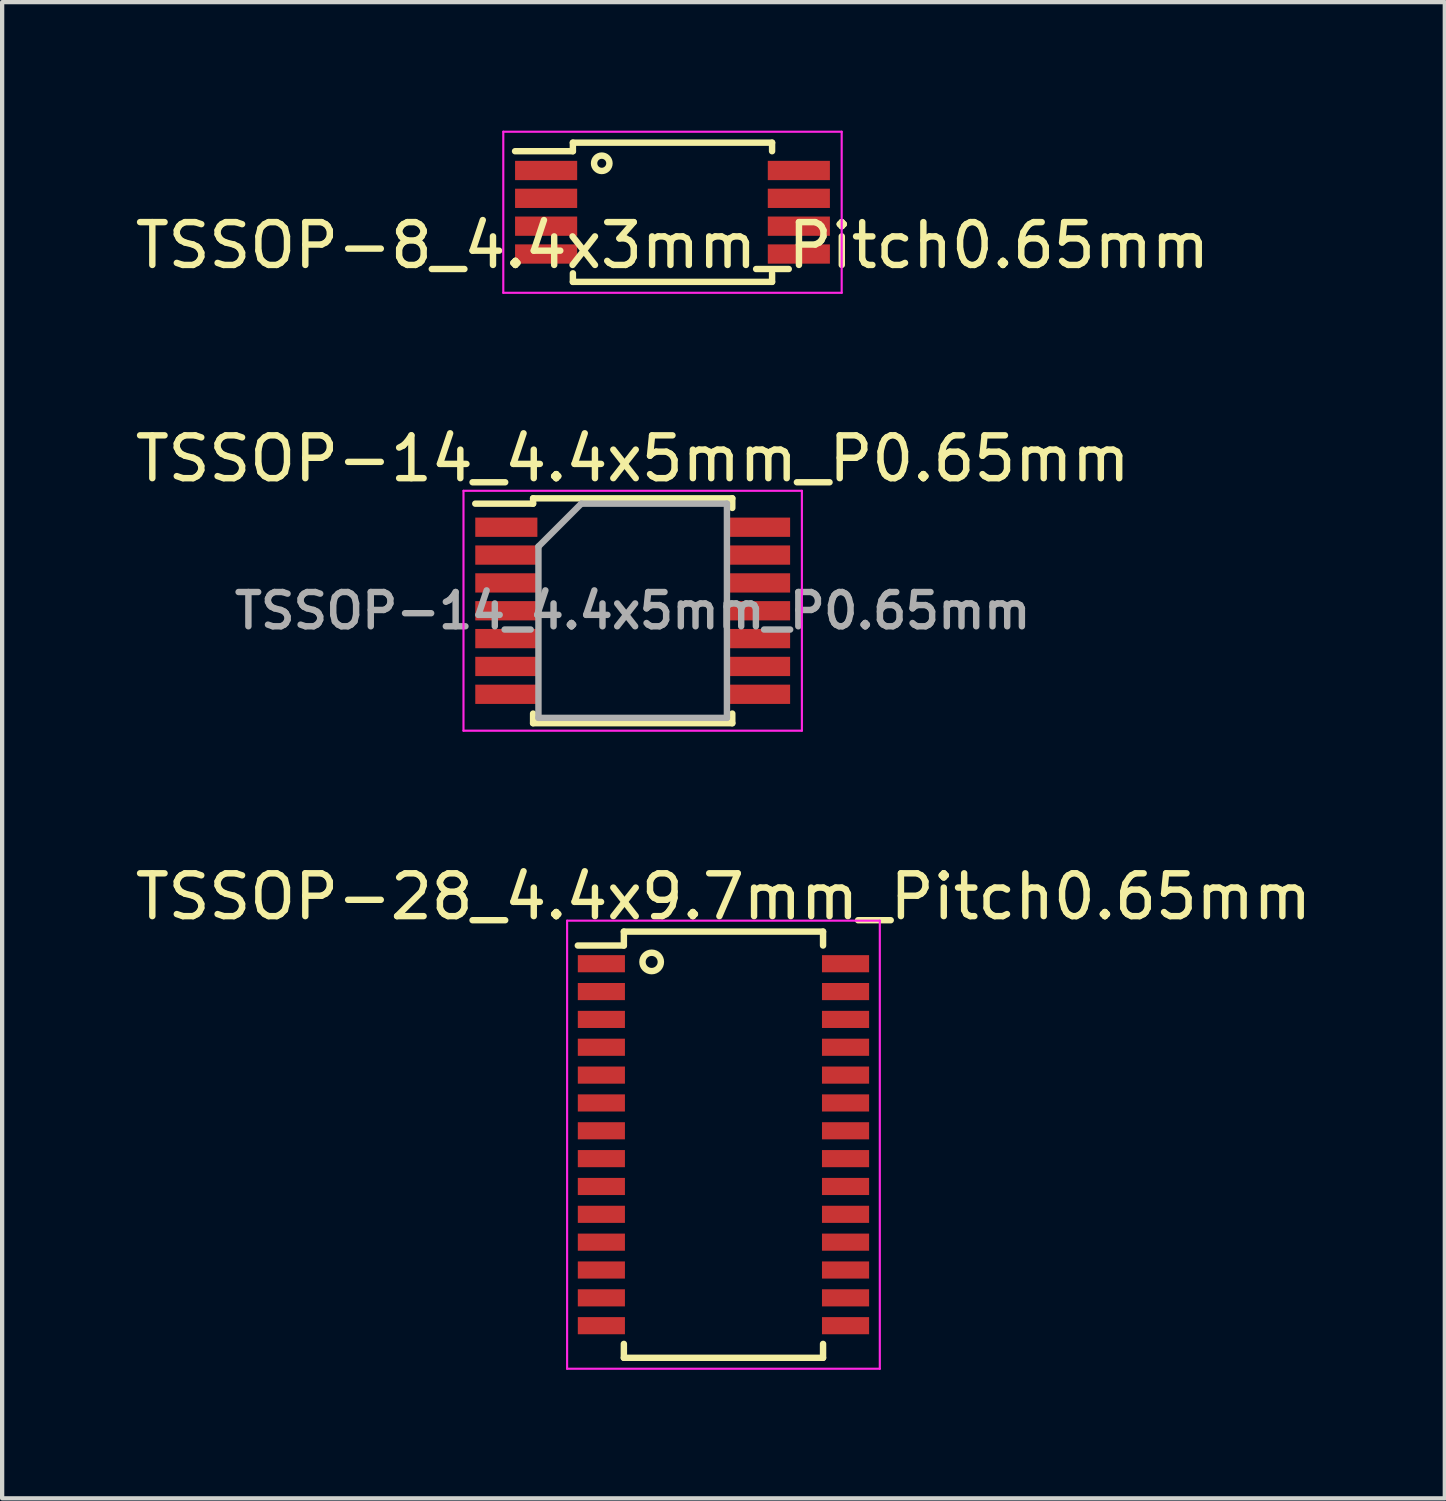
<source format=kicad_pcb>
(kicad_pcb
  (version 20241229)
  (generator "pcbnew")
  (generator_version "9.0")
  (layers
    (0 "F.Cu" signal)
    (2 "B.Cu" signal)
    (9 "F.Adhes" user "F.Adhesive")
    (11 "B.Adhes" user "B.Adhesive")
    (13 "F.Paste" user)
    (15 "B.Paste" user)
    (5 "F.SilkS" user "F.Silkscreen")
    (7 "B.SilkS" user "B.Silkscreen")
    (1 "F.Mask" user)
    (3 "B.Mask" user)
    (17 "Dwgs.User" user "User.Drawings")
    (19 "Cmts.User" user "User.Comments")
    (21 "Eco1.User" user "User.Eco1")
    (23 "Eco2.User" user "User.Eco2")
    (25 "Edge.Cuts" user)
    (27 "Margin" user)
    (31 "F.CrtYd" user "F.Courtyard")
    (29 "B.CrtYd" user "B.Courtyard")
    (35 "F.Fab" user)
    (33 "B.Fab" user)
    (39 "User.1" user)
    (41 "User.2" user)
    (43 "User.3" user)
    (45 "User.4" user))
  (footprint "TSSOP-8_4.4x3mm_Pitch0.65mm"
    (layer "F.Cu")
    (at 12.649 1.905)
    (property "Reference" "TSSOP-8_4.4x3mm_Pitch0.65mm" (at 0 0.775 0) (layer "F.SilkS") (effects (font (size 1 1) (thickness 0.15))))
    (attr smd)
    (fp_line (start -2.325 -1.625) (end -2.325 -1.425) (stroke (width 0.15) (type solid)) (layer "F.SilkS"))
    (fp_line (start -2.325 -1.625) (end 2.325 -1.625) (stroke (width 0.15) (type solid)) (layer "F.SilkS"))
    (fp_line (start -2.325 -1.425) (end -3.675 -1.425) (stroke (width 0.15) (type solid)) (layer "F.SilkS"))
    (fp_line (start -2.325 1.625) (end -2.325 1.425) (stroke (width 0.15) (type solid)) (layer "F.SilkS"))
    (fp_line (start -2.325 1.625) (end 2.325 1.625) (stroke (width 0.15) (type solid)) (layer "F.SilkS"))
    (fp_line (start 2.325 -1.625) (end 2.325 -1.425) (stroke (width 0.15) (type solid)) (layer "F.SilkS"))
    (fp_line (start 2.325 1.625) (end 2.325 1.425) (stroke (width 0.15) (type solid)) (layer "F.SilkS"))
    (fp_circle (center -1.651 -1.143) (end -1.524 -1.016) (stroke (width 0.15) (type solid)) (fill no) (layer "F.SilkS"))
    (fp_line (start -3.95 -1.88) (end -3.95 1.88) (stroke (width 0.05) (type solid)) (layer "F.CrtYd"))
    (fp_line (start -3.95 -1.88) (end 3.95 -1.88) (stroke (width 0.05) (type solid)) (layer "F.CrtYd"))
    (fp_line (start -3.95 1.88) (end 3.95 1.88) (stroke (width 0.05) (type solid)) (layer "F.CrtYd"))
    (fp_line (start 3.95 -1.88) (end 3.95 1.88) (stroke (width 0.05) (type solid)) (layer "F.CrtYd"))
    (pad "1" smd rect (at -2.95 -0.975) (size 1.45 0.45) (layers "F.Cu" "F.Mask" "F.Paste"))
    (pad "2" smd rect (at -2.95 -0.325) (size 1.45 0.45) (layers "F.Cu" "F.Mask" "F.Paste"))
    (pad "3" smd rect (at -2.95 0.325) (size 1.45 0.45) (layers "F.Cu" "F.Mask" "F.Paste"))
    (pad "4" smd rect (at -2.95 0.975) (size 1.45 0.45) (layers "F.Cu" "F.Mask" "F.Paste"))
    (pad "5" smd rect (at 2.95 0.975) (size 1.45 0.45) (layers "F.Cu" "F.Mask" "F.Paste"))
    (pad "6" smd rect (at 2.95 0.325) (size 1.45 0.45) (layers "F.Cu" "F.Mask" "F.Paste"))
    (pad "7" smd rect (at 2.95 -0.325) (size 1.45 0.45) (layers "F.Cu" "F.Mask" "F.Paste"))
    (pad "8" smd rect (at 2.95 -0.975) (size 1.45 0.45) (layers "F.Cu" "F.Mask" "F.Paste")))
  (footprint "TSSOP-14_4.4x5mm_P0.65mm"
    (layer "F.Cu")
    (at 11.72 11.208)
    (property "Reference" "TSSOP-14_4.4x5mm_P0.65mm" (at 0 -3.55 0) (layer "F.SilkS") (effects (font (size 1 1) (thickness 0.15))))
    (attr smd)
    (fp_line (start -2.325 -2.625) (end -2.325 -2.5) (stroke (width 0.15) (type solid)) (layer "F.SilkS"))
    (fp_line (start -2.325 -2.625) (end 2.325 -2.625) (stroke (width 0.15) (type solid)) (layer "F.SilkS"))
    (fp_line (start -2.325 -2.5) (end -3.675 -2.5) (stroke (width 0.15) (type solid)) (layer "F.SilkS"))
    (fp_line (start -2.325 2.625) (end -2.325 2.4) (stroke (width 0.15) (type solid)) (layer "F.SilkS"))
    (fp_line (start -2.325 2.625) (end 2.325 2.625) (stroke (width 0.15) (type solid)) (layer "F.SilkS"))
    (fp_line (start 2.325 -2.625) (end 2.325 -2.4) (stroke (width 0.15) (type solid)) (layer "F.SilkS"))
    (fp_line (start 2.325 2.625) (end 2.325 2.4) (stroke (width 0.15) (type solid)) (layer "F.SilkS"))
    (fp_line (start -3.95 -2.8) (end -3.95 2.8) (stroke (width 0.05) (type solid)) (layer "F.CrtYd"))
    (fp_line (start -3.95 -2.8) (end 3.95 -2.8) (stroke (width 0.05) (type solid)) (layer "F.CrtYd"))
    (fp_line (start -3.95 2.8) (end 3.95 2.8) (stroke (width 0.05) (type solid)) (layer "F.CrtYd"))
    (fp_line (start 3.95 -2.8) (end 3.95 2.8) (stroke (width 0.05) (type solid)) (layer "F.CrtYd"))
    (fp_line (start -2.2 -1.5) (end -1.2 -2.5) (stroke (width 0.15) (type solid)) (layer "F.Fab"))
    (fp_line (start -2.2 2.5) (end -2.2 -1.5) (stroke (width 0.15) (type solid)) (layer "F.Fab"))
    (fp_line (start -1.2 -2.5) (end 2.2 -2.5) (stroke (width 0.15) (type solid)) (layer "F.Fab"))
    (fp_line (start 2.2 -2.5) (end 2.2 2.5) (stroke (width 0.15) (type solid)) (layer "F.Fab"))
    (fp_line (start 2.2 2.5) (end -2.2 2.5) (stroke (width 0.15) (type solid)) (layer "F.Fab"))
    (fp_text user "${REFERENCE}" (at 0 0 0) (layer "F.Fab") (effects (font (size 0.8 0.8) (thickness 0.15))))
    (pad "1" smd rect (at -2.95 -1.95) (size 1.45 0.45) (layers "F.Cu" "F.Mask" "F.Paste"))
    (pad "2" smd rect (at -2.95 -1.3) (size 1.45 0.45) (layers "F.Cu" "F.Mask" "F.Paste"))
    (pad "3" smd rect (at -2.95 -0.65) (size 1.45 0.45) (layers "F.Cu" "F.Mask" "F.Paste"))
    (pad "4" smd rect (at -2.95 0) (size 1.45 0.45) (layers "F.Cu" "F.Mask" "F.Paste"))
    (pad "5" smd rect (at -2.95 0.65) (size 1.45 0.45) (layers "F.Cu" "F.Mask" "F.Paste"))
    (pad "6" smd rect (at -2.95 1.3) (size 1.45 0.45) (layers "F.Cu" "F.Mask" "F.Paste"))
    (pad "7" smd rect (at -2.95 1.95) (size 1.45 0.45) (layers "F.Cu" "F.Mask" "F.Paste"))
    (pad "8" smd rect (at 2.95 1.95) (size 1.45 0.45) (layers "F.Cu" "F.Mask" "F.Paste"))
    (pad "9" smd rect (at 2.95 1.3) (size 1.45 0.45) (layers "F.Cu" "F.Mask" "F.Paste"))
    (pad "10" smd rect (at 2.95 0.65) (size 1.45 0.45) (layers "F.Cu" "F.Mask" "F.Paste"))
    (pad "11" smd rect (at 2.95 0) (size 1.45 0.45) (layers "F.Cu" "F.Mask" "F.Paste"))
    (pad "12" smd rect (at 2.95 -0.65) (size 1.45 0.45) (layers "F.Cu" "F.Mask" "F.Paste"))
    (pad "13" smd rect (at 2.95 -1.3) (size 1.45 0.45) (layers "F.Cu" "F.Mask" "F.Paste"))
    (pad "14" smd rect (at 2.95 -1.95) (size 1.45 0.45) (layers "F.Cu" "F.Mask" "F.Paste")))
  (footprint "TSSOP-28_4.4x9.7mm_Pitch0.65mm"
    (layer "F.Cu")
    (at 13.839 23.673)
    (property "Reference" "TSSOP-28_4.4x9.7mm_Pitch0.65mm" (at 0 -5.791 0) (layer "F.SilkS") (effects (font (size 1 1) (thickness 0.15))))
    (attr smd)
    (fp_line (start -2.325 -4.975) (end -2.325 -4.65) (stroke (width 0.15) (type solid)) (layer "F.SilkS"))
    (fp_line (start -2.325 -4.975) (end 2.325 -4.975) (stroke (width 0.15) (type solid)) (layer "F.SilkS"))
    (fp_line (start -2.325 -4.65) (end -3.4 -4.65) (stroke (width 0.15) (type solid)) (layer "F.SilkS"))
    (fp_line (start -2.325 4.975) (end -2.325 4.65) (stroke (width 0.15) (type solid)) (layer "F.SilkS"))
    (fp_line (start -2.325 4.975) (end 2.325 4.975) (stroke (width 0.15) (type solid)) (layer "F.SilkS"))
    (fp_line (start 2.325 -4.975) (end 2.325 -4.65) (stroke (width 0.15) (type solid)) (layer "F.SilkS"))
    (fp_line (start 2.325 4.975) (end 2.325 4.65) (stroke (width 0.15) (type solid)) (layer "F.SilkS"))
    (fp_circle (center -1.676 -4.267) (end -1.524 -4.115) (stroke (width 0.15) (type solid)) (fill no) (layer "F.SilkS"))
    (fp_line (start -3.65 -5.23) (end -3.65 5.23) (stroke (width 0.05) (type solid)) (layer "F.CrtYd"))
    (fp_line (start -3.65 -5.23) (end 3.65 -5.23) (stroke (width 0.05) (type solid)) (layer "F.CrtYd"))
    (fp_line (start -3.65 5.23) (end 3.65 5.23) (stroke (width 0.05) (type solid)) (layer "F.CrtYd"))
    (fp_line (start 3.65 -5.23) (end 3.65 5.23) (stroke (width 0.05) (type solid)) (layer "F.CrtYd"))
    (pad "1" smd rect (at -2.85 -4.225) (size 1.1 0.4) (layers "F.Cu" "F.Mask" "F.Paste"))
    (pad "2" smd rect (at -2.85 -3.575) (size 1.1 0.4) (layers "F.Cu" "F.Mask" "F.Paste"))
    (pad "3" smd rect (at -2.85 -2.925) (size 1.1 0.4) (layers "F.Cu" "F.Mask" "F.Paste"))
    (pad "4" smd rect (at -2.85 -2.275) (size 1.1 0.4) (layers "F.Cu" "F.Mask" "F.Paste"))
    (pad "5" smd rect (at -2.85 -1.625) (size 1.1 0.4) (layers "F.Cu" "F.Mask" "F.Paste"))
    (pad "6" smd rect (at -2.85 -0.975) (size 1.1 0.4) (layers "F.Cu" "F.Mask" "F.Paste"))
    (pad "7" smd rect (at -2.85 -0.325) (size 1.1 0.4) (layers "F.Cu" "F.Mask" "F.Paste"))
    (pad "8" smd rect (at -2.85 0.325) (size 1.1 0.4) (layers "F.Cu" "F.Mask" "F.Paste"))
    (pad "9" smd rect (at -2.85 0.975) (size 1.1 0.4) (layers "F.Cu" "F.Mask" "F.Paste"))
    (pad "10" smd rect (at -2.85 1.625) (size 1.1 0.4) (layers "F.Cu" "F.Mask" "F.Paste"))
    (pad "11" smd rect (at -2.85 2.275) (size 1.1 0.4) (layers "F.Cu" "F.Mask" "F.Paste"))
    (pad "12" smd rect (at -2.85 2.925) (size 1.1 0.4) (layers "F.Cu" "F.Mask" "F.Paste"))
    (pad "13" smd rect (at -2.85 3.575) (size 1.1 0.4) (layers "F.Cu" "F.Mask" "F.Paste"))
    (pad "14" smd rect (at -2.85 4.225) (size 1.1 0.4) (layers "F.Cu" "F.Mask" "F.Paste"))
    (pad "15" smd rect (at 2.85 4.225) (size 1.1 0.4) (layers "F.Cu" "F.Mask" "F.Paste"))
    (pad "16" smd rect (at 2.85 3.575) (size 1.1 0.4) (layers "F.Cu" "F.Mask" "F.Paste"))
    (pad "17" smd rect (at 2.85 2.925) (size 1.1 0.4) (layers "F.Cu" "F.Mask" "F.Paste"))
    (pad "18" smd rect (at 2.85 2.275) (size 1.1 0.4) (layers "F.Cu" "F.Mask" "F.Paste"))
    (pad "19" smd rect (at 2.85 1.625) (size 1.1 0.4) (layers "F.Cu" "F.Mask" "F.Paste"))
    (pad "20" smd rect (at 2.85 0.975) (size 1.1 0.4) (layers "F.Cu" "F.Mask" "F.Paste"))
    (pad "21" smd rect (at 2.85 0.325) (size 1.1 0.4) (layers "F.Cu" "F.Mask" "F.Paste"))
    (pad "22" smd rect (at 2.85 -0.325) (size 1.1 0.4) (layers "F.Cu" "F.Mask" "F.Paste"))
    (pad "23" smd rect (at 2.85 -0.975) (size 1.1 0.4) (layers "F.Cu" "F.Mask" "F.Paste"))
    (pad "24" smd rect (at 2.85 -1.625) (size 1.1 0.4) (layers "F.Cu" "F.Mask" "F.Paste"))
    (pad "25" smd rect (at 2.85 -2.275) (size 1.1 0.4) (layers "F.Cu" "F.Mask" "F.Paste"))
    (pad "26" smd rect (at 2.85 -2.925) (size 1.1 0.4) (layers "F.Cu" "F.Mask" "F.Paste"))
    (pad "27" smd rect (at 2.85 -3.575) (size 1.1 0.4) (layers "F.Cu" "F.Mask" "F.Paste"))
    (pad "28" smd rect (at 2.85 -4.225) (size 1.1 0.4) (layers "F.Cu" "F.Mask" "F.Paste")))
  (gr_rect
    (start -3 -3)
    (end 30.679 31.928)
    (stroke (width 0.1) (type default))
    (fill no)
    (layer "Edge.Cuts")))
</source>
